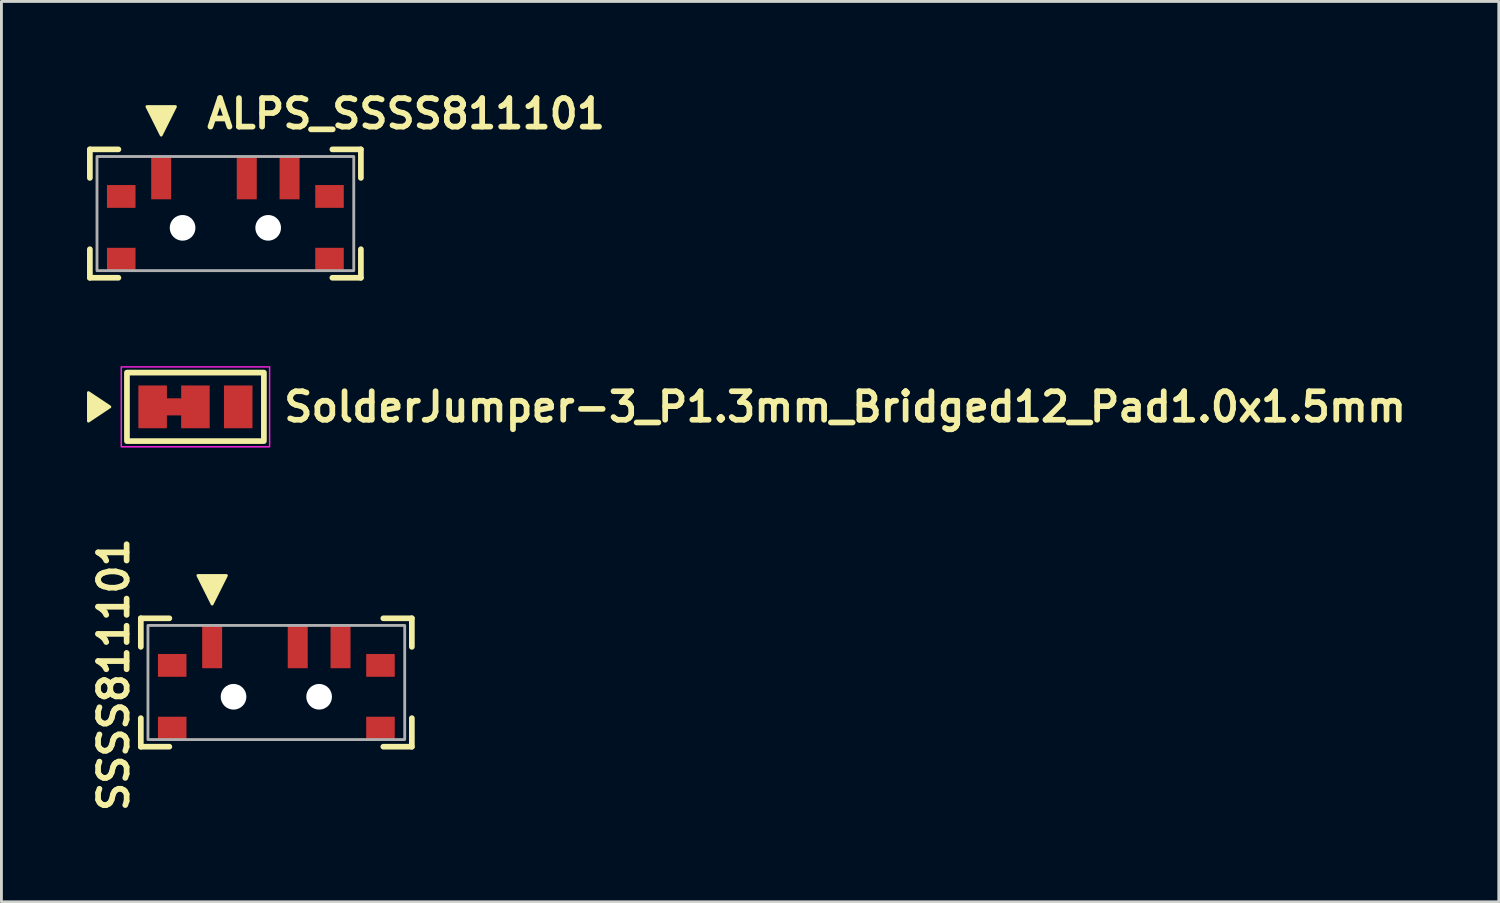
<source format=kicad_pcb>
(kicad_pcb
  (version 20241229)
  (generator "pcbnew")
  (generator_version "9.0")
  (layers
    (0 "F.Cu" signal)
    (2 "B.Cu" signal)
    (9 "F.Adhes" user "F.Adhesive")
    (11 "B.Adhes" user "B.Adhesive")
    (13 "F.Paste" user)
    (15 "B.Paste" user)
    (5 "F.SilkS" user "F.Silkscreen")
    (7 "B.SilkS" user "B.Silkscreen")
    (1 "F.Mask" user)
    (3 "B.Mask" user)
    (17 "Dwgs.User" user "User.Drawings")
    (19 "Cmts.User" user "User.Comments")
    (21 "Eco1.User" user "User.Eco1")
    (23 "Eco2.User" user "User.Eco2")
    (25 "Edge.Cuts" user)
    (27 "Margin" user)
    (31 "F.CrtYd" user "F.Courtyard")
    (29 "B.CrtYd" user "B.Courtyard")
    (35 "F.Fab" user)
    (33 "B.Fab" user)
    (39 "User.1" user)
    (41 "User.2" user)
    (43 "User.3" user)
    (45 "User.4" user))
  (footprint "SolderJumper-3_P1.3mm_Bridged12_Pad1.0x1.5mm"
    (layer "F.Cu")
    (at 3.8 11.211)
    (property "Reference" "SolderJumper-3_P1.3mm_Bridged12_Pad1.0x1.5mm" (at 3 0 0) (layer "F.SilkS") (effects (font (size 1 1) (thickness 0.2) (bold yes)) (justify left)))
    (attr exclude_from_pos_files exclude_from_bom)
    (fp_poly (pts (xy -1.4 -0.3) (xy 0.1 -0.3) (xy 0.1 0.3) (xy -1.4 0.3)) (stroke (width 0) (type solid)) (fill yes) (layer "F.Cu"))
    (fp_rect (start -2.4 -1.2) (end 2.4 1.2) (stroke (width 0.2) (type default)) (fill no) (layer "F.SilkS"))
    (fp_poly (pts (xy -3 0) (xy -3.75 -0.5) (xy -3.75 0.5)) (stroke (width 0.1) (type solid)) (fill yes) (layer "F.SilkS"))
    (fp_rect (start -2.6 -1.4) (end 2.6 1.4) (stroke (width 0.05) (type default)) (fill no) (layer "F.CrtYd"))
    (pad "1" smd rect (at -1.5 0) (size 1 1.5) (layers "F.Cu" "F.Mask"))
    (pad "2" smd rect (at 0 0) (size 1 1.5) (layers "F.Cu" "F.Mask"))
    (pad "3" smd rect (at 1.5 0) (size 1 1.5) (layers "F.Cu" "F.Mask")))
  (footprint "ALPS_SSSS811101"
    (layer "F.Cu")
    (at 4.85 4.936)
    (property "Reference" "ALPS_SSSS811101" (at -0.75 -4 0) (layer "F.SilkS") (effects (font (size 1 1) (thickness 0.2) (bold yes)) (justify left)))
    (attr through_hole)
    (fp_line (start -4.75 -2.75) (end -4.75 -1.75) (stroke (width 0.2) (type solid)) (layer "F.SilkS"))
    (fp_line (start -4.75 0.75) (end -4.75 1.75) (stroke (width 0.2) (type solid)) (layer "F.SilkS"))
    (fp_line (start -4.75 1.75) (end -3.75 1.75) (stroke (width 0.2) (type solid)) (layer "F.SilkS"))
    (fp_line (start -3.75 -2.75) (end -4.75 -2.75) (stroke (width 0.2) (type solid)) (layer "F.SilkS"))
    (fp_line (start 3.75 1.75) (end 4.75 1.75) (stroke (width 0.2) (type solid)) (layer "F.SilkS"))
    (fp_line (start 4.75 -2.75) (end 3.75 -2.75) (stroke (width 0.2) (type solid)) (layer "F.SilkS"))
    (fp_line (start 4.75 -1.75) (end 4.75 -2.75) (stroke (width 0.2) (type solid)) (layer "F.SilkS"))
    (fp_line (start 4.75 1.75) (end 4.75 0.75) (stroke (width 0.2) (type solid)) (layer "F.SilkS"))
    (fp_poly (pts (xy -2.25 -3.25) (xy -2.75 -4.25) (xy -1.75 -4.25)) (stroke (width 0.1) (type solid)) (fill yes) (layer "F.SilkS"))
    (fp_rect (start -4.5 -2.5) (end 4.5 1.5) (stroke (width 0.1) (type default)) (fill no) (layer "F.Fab"))
    (pad "" smd rect (at -3.65 -1.1) (size 1 0.8) (layers "F.Cu" "F.Mask" "F.Paste"))
    (pad "" smd rect (at -3.65 1.1) (size 1 0.8) (layers "F.Cu" "F.Mask" "F.Paste"))
    (pad "" np_thru_hole circle (at -1.5 0) (size 0.9 0.9) (drill 0.9) (layers "*.Cu" "*.Mask"))
    (pad "" np_thru_hole circle (at 1.5 0) (size 0.9 0.9) (drill 0.9) (layers "*.Cu" "*.Mask"))
    (pad "" smd rect (at 3.65 -1.1) (size 1 0.8) (layers "F.Cu" "F.Mask" "F.Paste"))
    (pad "" smd rect (at 3.65 1.1) (size 1 0.8) (layers "F.Cu" "F.Mask" "F.Paste"))
    (pad "1" smd rect (at -2.25 -1.75) (size 0.7 1.5) (layers "F.Cu" "F.Mask" "F.Paste"))
    (pad "2" smd rect (at 0.75 -1.75) (size 0.7 1.5) (layers "F.Cu" "F.Mask" "F.Paste"))
    (pad "3" smd rect (at 2.25 -1.75) (size 0.7 1.5) (layers "F.Cu" "F.Mask" "F.Paste")))
  (footprint "SSSS811101"
    (layer "F.Cu")
    (at 6.636 21.373)
    (property "Reference" "SSSS811101" (at -5.7 -0.775 90) (layer "F.SilkS") (effects (font (size 1 1) (thickness 0.2) (bold yes))))
    (attr through_hole)
    (fp_line (start -4.75 -2.75) (end -4.75 -1.75) (stroke (width 0.2) (type solid)) (layer "F.SilkS"))
    (fp_line (start -4.75 0.75) (end -4.75 1.75) (stroke (width 0.2) (type solid)) (layer "F.SilkS"))
    (fp_line (start -4.75 1.75) (end -3.75 1.75) (stroke (width 0.2) (type solid)) (layer "F.SilkS"))
    (fp_line (start -3.75 -2.75) (end -4.75 -2.75) (stroke (width 0.2) (type solid)) (layer "F.SilkS"))
    (fp_line (start 3.75 1.75) (end 4.75 1.75) (stroke (width 0.2) (type solid)) (layer "F.SilkS"))
    (fp_line (start 4.75 -2.75) (end 3.75 -2.75) (stroke (width 0.2) (type solid)) (layer "F.SilkS"))
    (fp_line (start 4.75 -1.75) (end 4.75 -2.75) (stroke (width 0.2) (type solid)) (layer "F.SilkS"))
    (fp_line (start 4.75 1.75) (end 4.75 0.75) (stroke (width 0.2) (type solid)) (layer "F.SilkS"))
    (fp_poly (pts (xy -2.25 -3.25) (xy -2.75 -4.25) (xy -1.75 -4.25)) (stroke (width 0.1) (type solid)) (fill yes) (layer "F.SilkS"))
    (fp_rect (start -4.5 -2.5) (end 4.5 1.5) (stroke (width 0.1) (type default)) (fill no) (layer "F.Fab"))
    (pad "" smd rect (at -3.65 -1.1) (size 1 0.8) (layers "F.Cu" "F.Mask" "F.Paste"))
    (pad "" smd rect (at -3.65 1.1) (size 1 0.8) (layers "F.Cu" "F.Mask" "F.Paste"))
    (pad "" np_thru_hole circle (at -1.5 0) (size 0.9 0.9) (drill 0.9) (layers "*.Cu" "*.Mask"))
    (pad "" np_thru_hole circle (at 1.5 0) (size 0.9 0.9) (drill 0.9) (layers "*.Cu" "*.Mask"))
    (pad "" smd rect (at 3.65 -1.1) (size 1 0.8) (layers "F.Cu" "F.Mask" "F.Paste"))
    (pad "" smd rect (at 3.65 1.1) (size 1 0.8) (layers "F.Cu" "F.Mask" "F.Paste"))
    (pad "1" smd rect (at -2.25 -1.75) (size 0.7 1.5) (layers "F.Cu" "F.Mask" "F.Paste"))
    (pad "2" smd rect (at 0.75 -1.75) (size 0.7 1.5) (layers "F.Cu" "F.Mask" "F.Paste"))
    (pad "3" smd rect (at 2.25 -1.75) (size 0.7 1.5) (layers "F.Cu" "F.Mask" "F.Paste")))
  (gr_rect
    (start -3 -3)
    (end 49.486 28.56)
    (stroke (width 0.1) (type default))
    (fill no)
    (layer "Edge.Cuts")))
</source>
